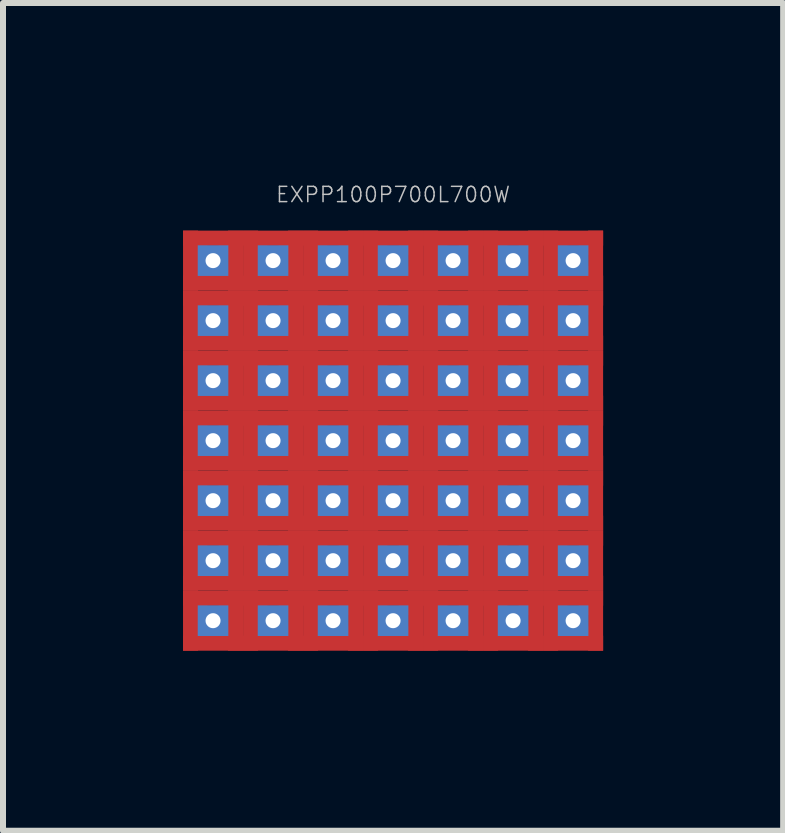
<source format=kicad_pcb>
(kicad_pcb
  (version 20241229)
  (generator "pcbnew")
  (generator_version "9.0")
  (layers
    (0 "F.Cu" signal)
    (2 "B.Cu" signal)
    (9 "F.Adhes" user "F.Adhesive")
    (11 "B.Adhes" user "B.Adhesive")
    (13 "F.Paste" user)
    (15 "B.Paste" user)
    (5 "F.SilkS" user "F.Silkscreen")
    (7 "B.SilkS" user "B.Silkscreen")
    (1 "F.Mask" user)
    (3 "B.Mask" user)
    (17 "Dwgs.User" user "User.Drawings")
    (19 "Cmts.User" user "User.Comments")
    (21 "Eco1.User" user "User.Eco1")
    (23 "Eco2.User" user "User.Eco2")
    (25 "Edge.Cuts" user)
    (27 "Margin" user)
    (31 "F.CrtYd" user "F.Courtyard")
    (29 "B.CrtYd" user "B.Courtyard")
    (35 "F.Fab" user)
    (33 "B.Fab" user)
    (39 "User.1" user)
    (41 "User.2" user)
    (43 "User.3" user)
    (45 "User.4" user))
  (footprint "EXPP100P700L700W"
    (layer "F.Cu")
    (at 3.5 4.293)
    (property "Reference" "EXPP100P700L700W" (at 0 -4.1 0) (layer "Dwgs.User") (effects (font (size 0.254 0.254) (thickness 0.025))))
    (attr smd)
    (pad "1" smd rect (at -3.375 -3) (size 0.25 1) (layers "F.Cu" "F.Mask"))
    (pad "1" smd rect (at -3.375 -2) (size 0.25 1) (layers "F.Cu" "F.Mask"))
    (pad "1" smd rect (at -3.375 -1) (size 0.25 1) (layers "F.Cu" "F.Mask"))
    (pad "1" smd rect (at -3.375 0) (size 0.25 1) (layers "F.Cu" "F.Mask"))
    (pad "1" smd rect (at -3.375 1) (size 0.25 1) (layers "F.Cu" "F.Mask"))
    (pad "1" smd rect (at -3.375 2) (size 0.25 1) (layers "F.Cu" "F.Mask"))
    (pad "1" smd rect (at -3.375 3) (size 0.25 1) (layers "F.Cu" "F.Mask"))
    (pad "1" smd rect (at -3.27 -3.27) (size 0.35 0.35) (layers "F.Cu" "F.Mask" "F.Paste"))
    (pad "1" smd rect (at -3.27 -2.73) (size 0.35 0.35) (layers "F.Cu" "F.Paste"))
    (pad "1" smd rect (at -3.27 -2.27) (size 0.35 0.35) (layers "F.Cu" "F.Mask" "F.Paste"))
    (pad "1" smd rect (at -3.27 -1.73) (size 0.35 0.35) (layers "F.Cu" "F.Paste"))
    (pad "1" smd rect (at -3.27 -1.27) (size 0.35 0.35) (layers "F.Cu" "F.Mask" "F.Paste"))
    (pad "1" smd rect (at -3.27 -0.73) (size 0.35 0.35) (layers "F.Cu" "F.Paste"))
    (pad "1" smd rect (at -3.27 -0.27) (size 0.35 0.35) (layers "F.Cu" "F.Mask" "F.Paste"))
    (pad "1" smd rect (at -3.27 0.27) (size 0.35 0.35) (layers "F.Cu" "F.Paste"))
    (pad "1" smd rect (at -3.27 0.73) (size 0.35 0.35) (layers "F.Cu" "F.Mask" "F.Paste"))
    (pad "1" smd rect (at -3.27 1.27) (size 0.35 0.35) (layers "F.Cu" "F.Paste"))
    (pad "1" smd rect (at -3.27 1.73) (size 0.35 0.35) (layers "F.Cu" "F.Mask" "F.Paste"))
    (pad "1" smd rect (at -3.27 2.27) (size 0.35 0.35) (layers "F.Cu" "F.Paste"))
    (pad "1" smd rect (at -3.27 2.73) (size 0.35 0.35) (layers "F.Cu" "F.Mask" "F.Paste"))
    (pad "1" smd rect (at -3.27 3.27) (size 0.35 0.35) (layers "F.Cu" "F.Paste"))
    (pad "1" smd rect (at -3 -3.375) (size 1 0.25) (layers "F.Cu" "F.Mask"))
    (pad "1" thru_hole rect (at -3 -3) (size 0.51 0.51) (drill 0.25) (layers "*.Cu"))
    (pad "1" smd rect (at -3 -2.625) (size 1 0.25) (layers "F.Cu" "F.Mask"))
    (pad "1" smd rect (at -3 -2.375) (size 1 0.25) (layers "F.Cu" "F.Mask"))
    (pad "1" thru_hole rect (at -3 -2) (size 0.51 0.51) (drill 0.25) (layers "*.Cu"))
    (pad "1" smd rect (at -3 -1.625) (size 1 0.25) (layers "F.Cu" "F.Mask"))
    (pad "1" smd rect (at -3 -1.375) (size 1 0.25) (layers "F.Cu" "F.Mask"))
    (pad "1" thru_hole rect (at -3 -1) (size 0.51 0.51) (drill 0.25) (layers "*.Cu"))
    (pad "1" smd rect (at -3 -0.625) (size 1 0.25) (layers "F.Cu" "F.Mask"))
    (pad "1" smd rect (at -3 -0.375) (size 1 0.25) (layers "F.Cu" "F.Mask"))
    (pad "1" thru_hole rect (at -3 0) (size 0.51 0.51) (drill 0.25) (layers "*.Cu"))
    (pad "1" smd rect (at -3 0.375) (size 1 0.25) (layers "F.Cu" "F.Mask"))
    (pad "1" smd rect (at -3 0.625) (size 1 0.25) (layers "F.Cu" "F.Mask"))
    (pad "1" thru_hole rect (at -3 1) (size 0.51 0.51) (drill 0.25) (layers "*.Cu"))
    (pad "1" smd rect (at -3 1.375) (size 1 0.25) (layers "F.Cu" "F.Mask"))
    (pad "1" smd rect (at -3 1.625) (size 1 0.25) (layers "F.Cu" "F.Mask"))
    (pad "1" thru_hole rect (at -3 2) (size 0.51 0.51) (drill 0.25) (layers "*.Cu"))
    (pad "1" smd rect (at -3 2.375) (size 1 0.25) (layers "F.Cu" "F.Mask"))
    (pad "1" smd rect (at -3 2.625) (size 1 0.25) (layers "F.Cu" "F.Mask"))
    (pad "1" thru_hole rect (at -3 3) (size 0.51 0.51) (drill 0.25) (layers "*.Cu"))
    (pad "1" smd rect (at -3 3.375) (size 1 0.25) (layers "F.Cu" "F.Mask"))
    (pad "1" smd rect (at -2.73 -3.27) (size 0.35 0.35) (layers "F.Cu" "F.Paste"))
    (pad "1" smd rect (at -2.73 -2.73) (size 0.35 0.35) (layers "F.Cu" "F.Paste"))
    (pad "1" smd rect (at -2.73 -2.27) (size 0.35 0.35) (layers "F.Cu" "F.Paste"))
    (pad "1" smd rect (at -2.73 -1.73) (size 0.35 0.35) (layers "F.Cu" "F.Paste"))
    (pad "1" smd rect (at -2.73 -1.27) (size 0.35 0.35) (layers "F.Cu" "F.Paste"))
    (pad "1" smd rect (at -2.73 -0.73) (size 0.35 0.35) (layers "F.Cu" "F.Paste"))
    (pad "1" smd rect (at -2.73 -0.27) (size 0.35 0.35) (layers "F.Cu" "F.Paste"))
    (pad "1" smd rect (at -2.73 0.27) (size 0.35 0.35) (layers "F.Cu" "F.Paste"))
    (pad "1" smd rect (at -2.73 0.73) (size 0.35 0.35) (layers "F.Cu" "F.Paste"))
    (pad "1" smd rect (at -2.73 1.27) (size 0.35 0.35) (layers "F.Cu" "F.Paste"))
    (pad "1" smd rect (at -2.73 1.73) (size 0.35 0.35) (layers "F.Cu" "F.Paste"))
    (pad "1" smd rect (at -2.73 2.27) (size 0.35 0.35) (layers "F.Cu" "F.Paste"))
    (pad "1" smd rect (at -2.73 2.73) (size 0.35 0.35) (layers "F.Cu" "F.Paste"))
    (pad "1" smd rect (at -2.73 3.27) (size 0.35 0.35) (layers "F.Cu" "F.Paste"))
    (pad "1" smd rect (at -2.625 -3) (size 0.25 1) (layers "F.Cu" "F.Mask"))
    (pad "1" smd rect (at -2.625 -2) (size 0.25 1) (layers "F.Cu" "F.Mask"))
    (pad "1" smd rect (at -2.625 -1) (size 0.25 1) (layers "F.Cu" "F.Mask"))
    (pad "1" smd rect (at -2.625 0) (size 0.25 1) (layers "F.Cu" "F.Mask"))
    (pad "1" smd rect (at -2.625 1) (size 0.25 1) (layers "F.Cu" "F.Mask"))
    (pad "1" smd rect (at -2.625 2) (size 0.25 1) (layers "F.Cu" "F.Mask"))
    (pad "1" smd rect (at -2.625 3) (size 0.25 1) (layers "F.Cu" "F.Mask"))
    (pad "1" smd rect (at -2.375 -3) (size 0.25 1) (layers "F.Cu" "F.Mask"))
    (pad "1" smd rect (at -2.375 -2) (size 0.25 1) (layers "F.Cu" "F.Mask"))
    (pad "1" smd rect (at -2.375 -1) (size 0.25 1) (layers "F.Cu" "F.Mask"))
    (pad "1" smd rect (at -2.375 0) (size 0.25 1) (layers "F.Cu" "F.Mask"))
    (pad "1" smd rect (at -2.375 1) (size 0.25 1) (layers "F.Cu" "F.Mask"))
    (pad "1" smd rect (at -2.375 2) (size 0.25 1) (layers "F.Cu" "F.Mask"))
    (pad "1" smd rect (at -2.375 3) (size 0.25 1) (layers "F.Cu" "F.Mask"))
    (pad "1" smd rect (at -2.27 -3.27) (size 0.35 0.35) (layers "F.Cu" "F.Mask" "F.Paste"))
    (pad "1" smd rect (at -2.27 -2.73) (size 0.35 0.35) (layers "F.Cu" "F.Paste"))
    (pad "1" smd rect (at -2.27 -2.27) (size 0.35 0.35) (layers "F.Cu" "F.Mask" "F.Paste"))
    (pad "1" smd rect (at -2.27 -1.73) (size 0.35 0.35) (layers "F.Cu" "F.Paste"))
    (pad "1" smd rect (at -2.27 -1.27) (size 0.35 0.35) (layers "F.Cu" "F.Mask" "F.Paste"))
    (pad "1" smd rect (at -2.27 -0.73) (size 0.35 0.35) (layers "F.Cu" "F.Paste"))
    (pad "1" smd rect (at -2.27 -0.27) (size 0.35 0.35) (layers "F.Cu" "F.Mask" "F.Paste"))
    (pad "1" smd rect (at -2.27 0.27) (size 0.35 0.35) (layers "F.Cu" "F.Paste"))
    (pad "1" smd rect (at -2.27 0.73) (size 0.35 0.35) (layers "F.Cu" "F.Mask" "F.Paste"))
    (pad "1" smd rect (at -2.27 1.27) (size 0.35 0.35) (layers "F.Cu" "F.Paste"))
    (pad "1" smd rect (at -2.27 1.73) (size 0.35 0.35) (layers "F.Cu" "F.Mask" "F.Paste"))
    (pad "1" smd rect (at -2.27 2.27) (size 0.35 0.35) (layers "F.Cu" "F.Paste"))
    (pad "1" smd rect (at -2.27 2.73) (size 0.35 0.35) (layers "F.Cu" "F.Mask" "F.Paste"))
    (pad "1" smd rect (at -2.27 3.27) (size 0.35 0.35) (layers "F.Cu" "F.Paste"))
    (pad "1" smd rect (at -2 -3.375) (size 1 0.25) (layers "F.Cu" "F.Mask"))
    (pad "1" thru_hole rect (at -2 -3) (size 0.51 0.51) (drill 0.25) (layers "*.Cu"))
    (pad "1" smd rect (at -2 -2.625) (size 1 0.25) (layers "F.Cu" "F.Mask"))
    (pad "1" smd rect (at -2 -2.375) (size 1 0.25) (layers "F.Cu" "F.Mask"))
    (pad "1" thru_hole rect (at -2 -2) (size 0.51 0.51) (drill 0.25) (layers "*.Cu"))
    (pad "1" smd rect (at -2 -1.625) (size 1 0.25) (layers "F.Cu" "F.Mask"))
    (pad "1" smd rect (at -2 -1.375) (size 1 0.25) (layers "F.Cu" "F.Mask"))
    (pad "1" thru_hole rect (at -2 -1) (size 0.51 0.51) (drill 0.25) (layers "*.Cu"))
    (pad "1" smd rect (at -2 -0.625) (size 1 0.25) (layers "F.Cu" "F.Mask"))
    (pad "1" smd rect (at -2 -0.375) (size 1 0.25) (layers "F.Cu" "F.Mask"))
    (pad "1" thru_hole rect (at -2 0) (size 0.51 0.51) (drill 0.25) (layers "*.Cu"))
    (pad "1" smd rect (at -2 0.375) (size 1 0.25) (layers "F.Cu" "F.Mask"))
    (pad "1" smd rect (at -2 0.625) (size 1 0.25) (layers "F.Cu" "F.Mask"))
    (pad "1" thru_hole rect (at -2 1) (size 0.51 0.51) (drill 0.25) (layers "*.Cu"))
    (pad "1" smd rect (at -2 1.375) (size 1 0.25) (layers "F.Cu" "F.Mask"))
    (pad "1" smd rect (at -2 1.625) (size 1 0.25) (layers "F.Cu" "F.Mask"))
    (pad "1" thru_hole rect (at -2 2) (size 0.51 0.51) (drill 0.25) (layers "*.Cu"))
    (pad "1" smd rect (at -2 2.375) (size 1 0.25) (layers "F.Cu" "F.Mask"))
    (pad "1" smd rect (at -2 2.625) (size 1 0.25) (layers "F.Cu" "F.Mask"))
    (pad "1" thru_hole rect (at -2 3) (size 0.51 0.51) (drill 0.25) (layers "*.Cu"))
    (pad "1" smd rect (at -2 3.375) (size 1 0.25) (layers "F.Cu" "F.Mask"))
    (pad "1" smd rect (at -1.73 -3.27) (size 0.35 0.35) (layers "F.Cu" "F.Paste"))
    (pad "1" smd rect (at -1.73 -2.73) (size 0.35 0.35) (layers "F.Cu" "F.Paste"))
    (pad "1" smd rect (at -1.73 -2.27) (size 0.35 0.35) (layers "F.Cu" "F.Paste"))
    (pad "1" smd rect (at -1.73 -1.73) (size 0.35 0.35) (layers "F.Cu" "F.Paste"))
    (pad "1" smd rect (at -1.73 -1.27) (size 0.35 0.35) (layers "F.Cu" "F.Paste"))
    (pad "1" smd rect (at -1.73 -0.73) (size 0.35 0.35) (layers "F.Cu" "F.Paste"))
    (pad "1" smd rect (at -1.73 -0.27) (size 0.35 0.35) (layers "F.Cu" "F.Paste"))
    (pad "1" smd rect (at -1.73 0.27) (size 0.35 0.35) (layers "F.Cu" "F.Paste"))
    (pad "1" smd rect (at -1.73 0.73) (size 0.35 0.35) (layers "F.Cu" "F.Paste"))
    (pad "1" smd rect (at -1.73 1.27) (size 0.35 0.35) (layers "F.Cu" "F.Paste"))
    (pad "1" smd rect (at -1.73 1.73) (size 0.35 0.35) (layers "F.Cu" "F.Paste"))
    (pad "1" smd rect (at -1.73 2.27) (size 0.35 0.35) (layers "F.Cu" "F.Paste"))
    (pad "1" smd rect (at -1.73 2.73) (size 0.35 0.35) (layers "F.Cu" "F.Paste"))
    (pad "1" smd rect (at -1.73 3.27) (size 0.35 0.35) (layers "F.Cu" "F.Paste"))
    (pad "1" smd rect (at -1.625 -3) (size 0.25 1) (layers "F.Cu" "F.Mask"))
    (pad "1" smd rect (at -1.625 -2) (size 0.25 1) (layers "F.Cu" "F.Mask"))
    (pad "1" smd rect (at -1.625 -1) (size 0.25 1) (layers "F.Cu" "F.Mask"))
    (pad "1" smd rect (at -1.625 0) (size 0.25 1) (layers "F.Cu" "F.Mask"))
    (pad "1" smd rect (at -1.625 1) (size 0.25 1) (layers "F.Cu" "F.Mask"))
    (pad "1" smd rect (at -1.625 2) (size 0.25 1) (layers "F.Cu" "F.Mask"))
    (pad "1" smd rect (at -1.625 3) (size 0.25 1) (layers "F.Cu" "F.Mask"))
    (pad "1" smd rect (at -1.375 -3) (size 0.25 1) (layers "F.Cu" "F.Mask"))
    (pad "1" smd rect (at -1.375 -2) (size 0.25 1) (layers "F.Cu" "F.Mask"))
    (pad "1" smd rect (at -1.375 -1) (size 0.25 1) (layers "F.Cu" "F.Mask"))
    (pad "1" smd rect (at -1.375 0) (size 0.25 1) (layers "F.Cu" "F.Mask"))
    (pad "1" smd rect (at -1.375 1) (size 0.25 1) (layers "F.Cu" "F.Mask"))
    (pad "1" smd rect (at -1.375 2) (size 0.25 1) (layers "F.Cu" "F.Mask"))
    (pad "1" smd rect (at -1.375 3) (size 0.25 1) (layers "F.Cu" "F.Mask"))
    (pad "1" smd rect (at -1.27 -3.27) (size 0.35 0.35) (layers "F.Cu" "F.Mask" "F.Paste"))
    (pad "1" smd rect (at -1.27 -2.73) (size 0.35 0.35) (layers "F.Cu" "F.Paste"))
    (pad "1" smd rect (at -1.27 -2.27) (size 0.35 0.35) (layers "F.Cu" "F.Mask" "F.Paste"))
    (pad "1" smd rect (at -1.27 -1.73) (size 0.35 0.35) (layers "F.Cu" "F.Paste"))
    (pad "1" smd rect (at -1.27 -1.27) (size 0.35 0.35) (layers "F.Cu" "F.Mask" "F.Paste"))
    (pad "1" smd rect (at -1.27 -0.73) (size 0.35 0.35) (layers "F.Cu" "F.Paste"))
    (pad "1" smd rect (at -1.27 -0.27) (size 0.35 0.35) (layers "F.Cu" "F.Mask" "F.Paste"))
    (pad "1" smd rect (at -1.27 0.27) (size 0.35 0.35) (layers "F.Cu" "F.Paste"))
    (pad "1" smd rect (at -1.27 0.73) (size 0.35 0.35) (layers "F.Cu" "F.Mask" "F.Paste"))
    (pad "1" smd rect (at -1.27 1.27) (size 0.35 0.35) (layers "F.Cu" "F.Paste"))
    (pad "1" smd rect (at -1.27 1.73) (size 0.35 0.35) (layers "F.Cu" "F.Mask" "F.Paste"))
    (pad "1" smd rect (at -1.27 2.27) (size 0.35 0.35) (layers "F.Cu" "F.Paste"))
    (pad "1" smd rect (at -1.27 2.73) (size 0.35 0.35) (layers "F.Cu" "F.Mask" "F.Paste"))
    (pad "1" smd rect (at -1.27 3.27) (size 0.35 0.35) (layers "F.Cu" "F.Paste"))
    (pad "1" smd rect (at -1 -3.375) (size 1 0.25) (layers "F.Cu" "F.Mask"))
    (pad "1" thru_hole rect (at -1 -3) (size 0.51 0.51) (drill 0.25) (layers "*.Cu"))
    (pad "1" smd rect (at -1 -2.625) (size 1 0.25) (layers "F.Cu" "F.Mask"))
    (pad "1" smd rect (at -1 -2.375) (size 1 0.25) (layers "F.Cu" "F.Mask"))
    (pad "1" thru_hole rect (at -1 -2) (size 0.51 0.51) (drill 0.25) (layers "*.Cu"))
    (pad "1" smd rect (at -1 -1.625) (size 1 0.25) (layers "F.Cu" "F.Mask"))
    (pad "1" smd rect (at -1 -1.375) (size 1 0.25) (layers "F.Cu" "F.Mask"))
    (pad "1" thru_hole rect (at -1 -1) (size 0.51 0.51) (drill 0.25) (layers "*.Cu"))
    (pad "1" smd rect (at -1 -0.625) (size 1 0.25) (layers "F.Cu" "F.Mask"))
    (pad "1" smd rect (at -1 -0.375) (size 1 0.25) (layers "F.Cu" "F.Mask"))
    (pad "1" thru_hole rect (at -1 0) (size 0.51 0.51) (drill 0.25) (layers "*.Cu"))
    (pad "1" smd rect (at -1 0.375) (size 1 0.25) (layers "F.Cu" "F.Mask"))
    (pad "1" smd rect (at -1 0.625) (size 1 0.25) (layers "F.Cu" "F.Mask"))
    (pad "1" thru_hole rect (at -1 1) (size 0.51 0.51) (drill 0.25) (layers "*.Cu"))
    (pad "1" smd rect (at -1 1.375) (size 1 0.25) (layers "F.Cu" "F.Mask"))
    (pad "1" smd rect (at -1 1.625) (size 1 0.25) (layers "F.Cu" "F.Mask"))
    (pad "1" thru_hole rect (at -1 2) (size 0.51 0.51) (drill 0.25) (layers "*.Cu"))
    (pad "1" smd rect (at -1 2.375) (size 1 0.25) (layers "F.Cu" "F.Mask"))
    (pad "1" smd rect (at -1 2.625) (size 1 0.25) (layers "F.Cu" "F.Mask"))
    (pad "1" thru_hole rect (at -1 3) (size 0.51 0.51) (drill 0.25) (layers "*.Cu"))
    (pad "1" smd rect (at -1 3.375) (size 1 0.25) (layers "F.Cu" "F.Mask"))
    (pad "1" smd rect (at -0.73 -3.27) (size 0.35 0.35) (layers "F.Cu" "F.Paste"))
    (pad "1" smd rect (at -0.73 -2.73) (size 0.35 0.35) (layers "F.Cu" "F.Paste"))
    (pad "1" smd rect (at -0.73 -2.27) (size 0.35 0.35) (layers "F.Cu" "F.Paste"))
    (pad "1" smd rect (at -0.73 -1.73) (size 0.35 0.35) (layers "F.Cu" "F.Paste"))
    (pad "1" smd rect (at -0.73 -1.27) (size 0.35 0.35) (layers "F.Cu" "F.Paste"))
    (pad "1" smd rect (at -0.73 -0.73) (size 0.35 0.35) (layers "F.Cu" "F.Paste"))
    (pad "1" smd rect (at -0.73 -0.27) (size 0.35 0.35) (layers "F.Cu" "F.Paste"))
    (pad "1" smd rect (at -0.73 0.27) (size 0.35 0.35) (layers "F.Cu" "F.Paste"))
    (pad "1" smd rect (at -0.73 0.73) (size 0.35 0.35) (layers "F.Cu" "F.Paste"))
    (pad "1" smd rect (at -0.73 1.27) (size 0.35 0.35) (layers "F.Cu" "F.Paste"))
    (pad "1" smd rect (at -0.73 1.73) (size 0.35 0.35) (layers "F.Cu" "F.Paste"))
    (pad "1" smd rect (at -0.73 2.27) (size 0.35 0.35) (layers "F.Cu" "F.Paste"))
    (pad "1" smd rect (at -0.73 2.73) (size 0.35 0.35) (layers "F.Cu" "F.Paste"))
    (pad "1" smd rect (at -0.73 3.27) (size 0.35 0.35) (layers "F.Cu" "F.Paste"))
    (pad "1" smd rect (at -0.625 -3) (size 0.25 1) (layers "F.Cu" "F.Mask"))
    (pad "1" smd rect (at -0.625 -2) (size 0.25 1) (layers "F.Cu" "F.Mask"))
    (pad "1" smd rect (at -0.625 -1) (size 0.25 1) (layers "F.Cu" "F.Mask"))
    (pad "1" smd rect (at -0.625 0) (size 0.25 1) (layers "F.Cu" "F.Mask"))
    (pad "1" smd rect (at -0.625 1) (size 0.25 1) (layers "F.Cu" "F.Mask"))
    (pad "1" smd rect (at -0.625 2) (size 0.25 1) (layers "F.Cu" "F.Mask"))
    (pad "1" smd rect (at -0.625 3) (size 0.25 1) (layers "F.Cu" "F.Mask"))
    (pad "1" smd rect (at -0.375 -3) (size 0.25 1) (layers "F.Cu" "F.Mask"))
    (pad "1" smd rect (at -0.375 -2) (size 0.25 1) (layers "F.Cu" "F.Mask"))
    (pad "1" smd rect (at -0.375 -1) (size 0.25 1) (layers "F.Cu" "F.Mask"))
    (pad "1" smd rect (at -0.375 0) (size 0.25 1) (layers "F.Cu" "F.Mask"))
    (pad "1" smd rect (at -0.375 1) (size 0.25 1) (layers "F.Cu" "F.Mask"))
    (pad "1" smd rect (at -0.375 2) (size 0.25 1) (layers "F.Cu" "F.Mask"))
    (pad "1" smd rect (at -0.375 3) (size 0.25 1) (layers "F.Cu" "F.Mask"))
    (pad "1" smd rect (at -0.27 -3.27) (size 0.35 0.35) (layers "F.Cu" "F.Mask" "F.Paste"))
    (pad "1" smd rect (at -0.27 -2.73) (size 0.35 0.35) (layers "F.Cu" "F.Paste"))
    (pad "1" smd rect (at -0.27 -2.27) (size 0.35 0.35) (layers "F.Cu" "F.Mask" "F.Paste"))
    (pad "1" smd rect (at -0.27 -1.73) (size 0.35 0.35) (layers "F.Cu" "F.Paste"))
    (pad "1" smd rect (at -0.27 -1.27) (size 0.35 0.35) (layers "F.Cu" "F.Mask" "F.Paste"))
    (pad "1" smd rect (at -0.27 -0.73) (size 0.35 0.35) (layers "F.Cu" "F.Paste"))
    (pad "1" smd rect (at -0.27 -0.27) (size 0.35 0.35) (layers "F.Cu" "F.Mask" "F.Paste"))
    (pad "1" smd rect (at -0.27 0.27) (size 0.35 0.35) (layers "F.Cu" "F.Paste"))
    (pad "1" smd rect (at -0.27 0.73) (size 0.35 0.35) (layers "F.Cu" "F.Mask" "F.Paste"))
    (pad "1" smd rect (at -0.27 1.27) (size 0.35 0.35) (layers "F.Cu" "F.Paste"))
    (pad "1" smd rect (at -0.27 1.73) (size 0.35 0.35) (layers "F.Cu" "F.Mask" "F.Paste"))
    (pad "1" smd rect (at -0.27 2.27) (size 0.35 0.35) (layers "F.Cu" "F.Paste"))
    (pad "1" smd rect (at -0.27 2.73) (size 0.35 0.35) (layers "F.Cu" "F.Mask" "F.Paste"))
    (pad "1" smd rect (at -0.27 3.27) (size 0.35 0.35) (layers "F.Cu" "F.Paste"))
    (pad "1" smd rect (at 0 -3.375) (size 1 0.25) (layers "F.Cu" "F.Mask"))
    (pad "1" thru_hole rect (at 0 -3) (size 0.51 0.51) (drill 0.25) (layers "*.Cu"))
    (pad "1" smd rect (at 0 -2.625) (size 1 0.25) (layers "F.Cu" "F.Mask"))
    (pad "1" smd rect (at 0 -2.375) (size 1 0.25) (layers "F.Cu" "F.Mask"))
    (pad "1" thru_hole rect (at 0 -2) (size 0.51 0.51) (drill 0.25) (layers "*.Cu"))
    (pad "1" smd rect (at 0 -1.625) (size 1 0.25) (layers "F.Cu" "F.Mask"))
    (pad "1" smd rect (at 0 -1.375) (size 1 0.25) (layers "F.Cu" "F.Mask"))
    (pad "1" thru_hole rect (at 0 -1) (size 0.51 0.51) (drill 0.25) (layers "*.Cu"))
    (pad "1" smd rect (at 0 -0.625) (size 1 0.25) (layers "F.Cu" "F.Mask"))
    (pad "1" smd rect (at 0 -0.375) (size 1 0.25) (layers "F.Cu" "F.Mask"))
    (pad "1" thru_hole rect (at 0 0) (size 0.51 0.51) (drill 0.25) (layers "*.Cu"))
    (pad "1" smd rect (at 0 0.375) (size 1 0.25) (layers "F.Cu" "F.Mask"))
    (pad "1" smd rect (at 0 0.625) (size 1 0.25) (layers "F.Cu" "F.Mask"))
    (pad "1" thru_hole rect (at 0 1) (size 0.51 0.51) (drill 0.25) (layers "*.Cu"))
    (pad "1" smd rect (at 0 1.375) (size 1 0.25) (layers "F.Cu" "F.Mask"))
    (pad "1" smd rect (at 0 1.625) (size 1 0.25) (layers "F.Cu" "F.Mask"))
    (pad "1" thru_hole rect (at 0 2) (size 0.51 0.51) (drill 0.25) (layers "*.Cu"))
    (pad "1" smd rect (at 0 2.375) (size 1 0.25) (layers "F.Cu" "F.Mask"))
    (pad "1" smd rect (at 0 2.625) (size 1 0.25) (layers "F.Cu" "F.Mask"))
    (pad "1" thru_hole rect (at 0 3) (size 0.51 0.51) (drill 0.25) (layers "*.Cu"))
    (pad "1" smd rect (at 0 3.375) (size 1 0.25) (layers "F.Cu" "F.Mask"))
    (pad "1" smd rect (at 0.27 -3.27) (size 0.35 0.35) (layers "F.Cu" "F.Paste"))
    (pad "1" smd rect (at 0.27 -2.73) (size 0.35 0.35) (layers "F.Cu" "F.Paste"))
    (pad "1" smd rect (at 0.27 -2.27) (size 0.35 0.35) (layers "F.Cu" "F.Paste"))
    (pad "1" smd rect (at 0.27 -1.73) (size 0.35 0.35) (layers "F.Cu" "F.Paste"))
    (pad "1" smd rect (at 0.27 -1.27) (size 0.35 0.35) (layers "F.Cu" "F.Paste"))
    (pad "1" smd rect (at 0.27 -0.73) (size 0.35 0.35) (layers "F.Cu" "F.Paste"))
    (pad "1" smd rect (at 0.27 -0.27) (size 0.35 0.35) (layers "F.Cu" "F.Paste"))
    (pad "1" smd rect (at 0.27 0.27) (size 0.35 0.35) (layers "F.Cu" "F.Paste"))
    (pad "1" smd rect (at 0.27 0.73) (size 0.35 0.35) (layers "F.Cu" "F.Paste"))
    (pad "1" smd rect (at 0.27 1.27) (size 0.35 0.35) (layers "F.Cu" "F.Paste"))
    (pad "1" smd rect (at 0.27 1.73) (size 0.35 0.35) (layers "F.Cu" "F.Paste"))
    (pad "1" smd rect (at 0.27 2.27) (size 0.35 0.35) (layers "F.Cu" "F.Paste"))
    (pad "1" smd rect (at 0.27 2.73) (size 0.35 0.35) (layers "F.Cu" "F.Paste"))
    (pad "1" smd rect (at 0.27 3.27) (size 0.35 0.35) (layers "F.Cu" "F.Paste"))
    (pad "1" smd rect (at 0.375 -3) (size 0.25 1) (layers "F.Cu" "F.Mask"))
    (pad "1" smd rect (at 0.375 -2) (size 0.25 1) (layers "F.Cu" "F.Mask"))
    (pad "1" smd rect (at 0.375 -1) (size 0.25 1) (layers "F.Cu" "F.Mask"))
    (pad "1" smd rect (at 0.375 0) (size 0.25 1) (layers "F.Cu" "F.Mask"))
    (pad "1" smd rect (at 0.375 1) (size 0.25 1) (layers "F.Cu" "F.Mask"))
    (pad "1" smd rect (at 0.375 2) (size 0.25 1) (layers "F.Cu" "F.Mask"))
    (pad "1" smd rect (at 0.375 3) (size 0.25 1) (layers "F.Cu" "F.Mask"))
    (pad "1" smd rect (at 0.625 -3) (size 0.25 1) (layers "F.Cu" "F.Mask"))
    (pad "1" smd rect (at 0.625 -2) (size 0.25 1) (layers "F.Cu" "F.Mask"))
    (pad "1" smd rect (at 0.625 -1) (size 0.25 1) (layers "F.Cu" "F.Mask"))
    (pad "1" smd rect (at 0.625 0) (size 0.25 1) (layers "F.Cu" "F.Mask"))
    (pad "1" smd rect (at 0.625 1) (size 0.25 1) (layers "F.Cu" "F.Mask"))
    (pad "1" smd rect (at 0.625 2) (size 0.25 1) (layers "F.Cu" "F.Mask"))
    (pad "1" smd rect (at 0.625 3) (size 0.25 1) (layers "F.Cu" "F.Mask"))
    (pad "1" smd rect (at 0.73 -3.27) (size 0.35 0.35) (layers "F.Cu" "F.Mask" "F.Paste"))
    (pad "1" smd rect (at 0.73 -2.73) (size 0.35 0.35) (layers "F.Cu" "F.Paste"))
    (pad "1" smd rect (at 0.73 -2.27) (size 0.35 0.35) (layers "F.Cu" "F.Mask" "F.Paste"))
    (pad "1" smd rect (at 0.73 -1.73) (size 0.35 0.35) (layers "F.Cu" "F.Paste"))
    (pad "1" smd rect (at 0.73 -1.27) (size 0.35 0.35) (layers "F.Cu" "F.Mask" "F.Paste"))
    (pad "1" smd rect (at 0.73 -0.73) (size 0.35 0.35) (layers "F.Cu" "F.Paste"))
    (pad "1" smd rect (at 0.73 -0.27) (size 0.35 0.35) (layers "F.Cu" "F.Mask" "F.Paste"))
    (pad "1" smd rect (at 0.73 0.27) (size 0.35 0.35) (layers "F.Cu" "F.Paste"))
    (pad "1" smd rect (at 0.73 0.73) (size 0.35 0.35) (layers "F.Cu" "F.Mask" "F.Paste"))
    (pad "1" smd rect (at 0.73 1.27) (size 0.35 0.35) (layers "F.Cu" "F.Paste"))
    (pad "1" smd rect (at 0.73 1.73) (size 0.35 0.35) (layers "F.Cu" "F.Mask" "F.Paste"))
    (pad "1" smd rect (at 0.73 2.27) (size 0.35 0.35) (layers "F.Cu" "F.Paste"))
    (pad "1" smd rect (at 0.73 2.73) (size 0.35 0.35) (layers "F.Cu" "F.Mask" "F.Paste"))
    (pad "1" smd rect (at 0.73 3.27) (size 0.35 0.35) (layers "F.Cu" "F.Paste"))
    (pad "1" smd rect (at 1 -3.375) (size 1 0.25) (layers "F.Cu" "F.Mask"))
    (pad "1" thru_hole rect (at 1 -3) (size 0.51 0.51) (drill 0.25) (layers "*.Cu"))
    (pad "1" smd rect (at 1 -2.625) (size 1 0.25) (layers "F.Cu" "F.Mask"))
    (pad "1" smd rect (at 1 -2.375) (size 1 0.25) (layers "F.Cu" "F.Mask"))
    (pad "1" thru_hole rect (at 1 -2) (size 0.51 0.51) (drill 0.25) (layers "*.Cu"))
    (pad "1" smd rect (at 1 -1.625) (size 1 0.25) (layers "F.Cu" "F.Mask"))
    (pad "1" smd rect (at 1 -1.375) (size 1 0.25) (layers "F.Cu" "F.Mask"))
    (pad "1" thru_hole rect (at 1 -1) (size 0.51 0.51) (drill 0.25) (layers "*.Cu"))
    (pad "1" smd rect (at 1 -0.625) (size 1 0.25) (layers "F.Cu" "F.Mask"))
    (pad "1" smd rect (at 1 -0.375) (size 1 0.25) (layers "F.Cu" "F.Mask"))
    (pad "1" thru_hole rect (at 1 0) (size 0.51 0.51) (drill 0.25) (layers "*.Cu"))
    (pad "1" smd rect (at 1 0.375) (size 1 0.25) (layers "F.Cu" "F.Mask"))
    (pad "1" smd rect (at 1 0.625) (size 1 0.25) (layers "F.Cu" "F.Mask"))
    (pad "1" thru_hole rect (at 1 1) (size 0.51 0.51) (drill 0.25) (layers "*.Cu"))
    (pad "1" smd rect (at 1 1.375) (size 1 0.25) (layers "F.Cu" "F.Mask"))
    (pad "1" smd rect (at 1 1.625) (size 1 0.25) (layers "F.Cu" "F.Mask"))
    (pad "1" thru_hole rect (at 1 2) (size 0.51 0.51) (drill 0.25) (layers "*.Cu"))
    (pad "1" smd rect (at 1 2.375) (size 1 0.25) (layers "F.Cu" "F.Mask"))
    (pad "1" smd rect (at 1 2.625) (size 1 0.25) (layers "F.Cu" "F.Mask"))
    (pad "1" thru_hole rect (at 1 3) (size 0.51 0.51) (drill 0.25) (layers "*.Cu"))
    (pad "1" smd rect (at 1 3.375) (size 1 0.25) (layers "F.Cu" "F.Mask"))
    (pad "1" smd rect (at 1.27 -3.27) (size 0.35 0.35) (layers "F.Cu" "F.Paste"))
    (pad "1" smd rect (at 1.27 -2.73) (size 0.35 0.35) (layers "F.Cu" "F.Paste"))
    (pad "1" smd rect (at 1.27 -2.27) (size 0.35 0.35) (layers "F.Cu" "F.Paste"))
    (pad "1" smd rect (at 1.27 -1.73) (size 0.35 0.35) (layers "F.Cu" "F.Paste"))
    (pad "1" smd rect (at 1.27 -1.27) (size 0.35 0.35) (layers "F.Cu" "F.Paste"))
    (pad "1" smd rect (at 1.27 -0.73) (size 0.35 0.35) (layers "F.Cu" "F.Paste"))
    (pad "1" smd rect (at 1.27 -0.27) (size 0.35 0.35) (layers "F.Cu" "F.Paste"))
    (pad "1" smd rect (at 1.27 0.27) (size 0.35 0.35) (layers "F.Cu" "F.Paste"))
    (pad "1" smd rect (at 1.27 0.73) (size 0.35 0.35) (layers "F.Cu" "F.Paste"))
    (pad "1" smd rect (at 1.27 1.27) (size 0.35 0.35) (layers "F.Cu" "F.Paste"))
    (pad "1" smd rect (at 1.27 1.73) (size 0.35 0.35) (layers "F.Cu" "F.Paste"))
    (pad "1" smd rect (at 1.27 2.27) (size 0.35 0.35) (layers "F.Cu" "F.Paste"))
    (pad "1" smd rect (at 1.27 2.73) (size 0.35 0.35) (layers "F.Cu" "F.Paste"))
    (pad "1" smd rect (at 1.27 3.27) (size 0.35 0.35) (layers "F.Cu" "F.Paste"))
    (pad "1" smd rect (at 1.375 -3) (size 0.25 1) (layers "F.Cu" "F.Mask"))
    (pad "1" smd rect (at 1.375 -2) (size 0.25 1) (layers "F.Cu" "F.Mask"))
    (pad "1" smd rect (at 1.375 -1) (size 0.25 1) (layers "F.Cu" "F.Mask"))
    (pad "1" smd rect (at 1.375 0) (size 0.25 1) (layers "F.Cu" "F.Mask"))
    (pad "1" smd rect (at 1.375 1) (size 0.25 1) (layers "F.Cu" "F.Mask"))
    (pad "1" smd rect (at 1.375 2) (size 0.25 1) (layers "F.Cu" "F.Mask"))
    (pad "1" smd rect (at 1.375 3) (size 0.25 1) (layers "F.Cu" "F.Mask"))
    (pad "1" smd rect (at 1.625 -3) (size 0.25 1) (layers "F.Cu" "F.Mask"))
    (pad "1" smd rect (at 1.625 -2) (size 0.25 1) (layers "F.Cu" "F.Mask"))
    (pad "1" smd rect (at 1.625 -1) (size 0.25 1) (layers "F.Cu" "F.Mask"))
    (pad "1" smd rect (at 1.625 0) (size 0.25 1) (layers "F.Cu" "F.Mask"))
    (pad "1" smd rect (at 1.625 1) (size 0.25 1) (layers "F.Cu" "F.Mask"))
    (pad "1" smd rect (at 1.625 2) (size 0.25 1) (layers "F.Cu" "F.Mask"))
    (pad "1" smd rect (at 1.625 3) (size 0.25 1) (layers "F.Cu" "F.Mask"))
    (pad "1" smd rect (at 1.73 -3.27) (size 0.35 0.35) (layers "F.Cu" "F.Mask" "F.Paste"))
    (pad "1" smd rect (at 1.73 -2.73) (size 0.35 0.35) (layers "F.Cu" "F.Paste"))
    (pad "1" smd rect (at 1.73 -2.27) (size 0.35 0.35) (layers "F.Cu" "F.Mask" "F.Paste"))
    (pad "1" smd rect (at 1.73 -1.73) (size 0.35 0.35) (layers "F.Cu" "F.Paste"))
    (pad "1" smd rect (at 1.73 -1.27) (size 0.35 0.35) (layers "F.Cu" "F.Mask" "F.Paste"))
    (pad "1" smd rect (at 1.73 -0.73) (size 0.35 0.35) (layers "F.Cu" "F.Paste"))
    (pad "1" smd rect (at 1.73 -0.27) (size 0.35 0.35) (layers "F.Cu" "F.Mask" "F.Paste"))
    (pad "1" smd rect (at 1.73 0.27) (size 0.35 0.35) (layers "F.Cu" "F.Paste"))
    (pad "1" smd rect (at 1.73 0.73) (size 0.35 0.35) (layers "F.Cu" "F.Mask" "F.Paste"))
    (pad "1" smd rect (at 1.73 1.27) (size 0.35 0.35) (layers "F.Cu" "F.Paste"))
    (pad "1" smd rect (at 1.73 1.73) (size 0.35 0.35) (layers "F.Cu" "F.Mask" "F.Paste"))
    (pad "1" smd rect (at 1.73 2.27) (size 0.35 0.35) (layers "F.Cu" "F.Paste"))
    (pad "1" smd rect (at 1.73 2.73) (size 0.35 0.35) (layers "F.Cu" "F.Mask" "F.Paste"))
    (pad "1" smd rect (at 1.73 3.27) (size 0.35 0.35) (layers "F.Cu" "F.Paste"))
    (pad "1" smd rect (at 2 -3.375) (size 1 0.25) (layers "F.Cu" "F.Mask"))
    (pad "1" thru_hole rect (at 2 -3) (size 0.51 0.51) (drill 0.25) (layers "*.Cu"))
    (pad "1" smd rect (at 2 -2.625) (size 1 0.25) (layers "F.Cu" "F.Mask"))
    (pad "1" smd rect (at 2 -2.375) (size 1 0.25) (layers "F.Cu" "F.Mask"))
    (pad "1" thru_hole rect (at 2 -2) (size 0.51 0.51) (drill 0.25) (layers "*.Cu"))
    (pad "1" smd rect (at 2 -1.625) (size 1 0.25) (layers "F.Cu" "F.Mask"))
    (pad "1" smd rect (at 2 -1.375) (size 1 0.25) (layers "F.Cu" "F.Mask"))
    (pad "1" thru_hole rect (at 2 -1) (size 0.51 0.51) (drill 0.25) (layers "*.Cu"))
    (pad "1" smd rect (at 2 -0.625) (size 1 0.25) (layers "F.Cu" "F.Mask"))
    (pad "1" smd rect (at 2 -0.375) (size 1 0.25) (layers "F.Cu" "F.Mask"))
    (pad "1" thru_hole rect (at 2 0) (size 0.51 0.51) (drill 0.25) (layers "*.Cu"))
    (pad "1" smd rect (at 2 0.375) (size 1 0.25) (layers "F.Cu" "F.Mask"))
    (pad "1" smd rect (at 2 0.625) (size 1 0.25) (layers "F.Cu" "F.Mask"))
    (pad "1" thru_hole rect (at 2 1) (size 0.51 0.51) (drill 0.25) (layers "*.Cu"))
    (pad "1" smd rect (at 2 1.375) (size 1 0.25) (layers "F.Cu" "F.Mask"))
    (pad "1" smd rect (at 2 1.625) (size 1 0.25) (layers "F.Cu" "F.Mask"))
    (pad "1" thru_hole rect (at 2 2) (size 0.51 0.51) (drill 0.25) (layers "*.Cu"))
    (pad "1" smd rect (at 2 2.375) (size 1 0.25) (layers "F.Cu" "F.Mask"))
    (pad "1" smd rect (at 2 2.625) (size 1 0.25) (layers "F.Cu" "F.Mask"))
    (pad "1" thru_hole rect (at 2 3) (size 0.51 0.51) (drill 0.25) (layers "*.Cu"))
    (pad "1" smd rect (at 2 3.375) (size 1 0.25) (layers "F.Cu" "F.Mask"))
    (pad "1" smd rect (at 2.27 -3.27) (size 0.35 0.35) (layers "F.Cu" "F.Paste"))
    (pad "1" smd rect (at 2.27 -2.73) (size 0.35 0.35) (layers "F.Cu" "F.Paste"))
    (pad "1" smd rect (at 2.27 -2.27) (size 0.35 0.35) (layers "F.Cu" "F.Paste"))
    (pad "1" smd rect (at 2.27 -1.73) (size 0.35 0.35) (layers "F.Cu" "F.Paste"))
    (pad "1" smd rect (at 2.27 -1.27) (size 0.35 0.35) (layers "F.Cu" "F.Paste"))
    (pad "1" smd rect (at 2.27 -0.73) (size 0.35 0.35) (layers "F.Cu" "F.Paste"))
    (pad "1" smd rect (at 2.27 -0.27) (size 0.35 0.35) (layers "F.Cu" "F.Paste"))
    (pad "1" smd rect (at 2.27 0.27) (size 0.35 0.35) (layers "F.Cu" "F.Paste"))
    (pad "1" smd rect (at 2.27 0.73) (size 0.35 0.35) (layers "F.Cu" "F.Paste"))
    (pad "1" smd rect (at 2.27 1.27) (size 0.35 0.35) (layers "F.Cu" "F.Paste"))
    (pad "1" smd rect (at 2.27 1.73) (size 0.35 0.35) (layers "F.Cu" "F.Paste"))
    (pad "1" smd rect (at 2.27 2.27) (size 0.35 0.35) (layers "F.Cu" "F.Paste"))
    (pad "1" smd rect (at 2.27 2.73) (size 0.35 0.35) (layers "F.Cu" "F.Paste"))
    (pad "1" smd rect (at 2.27 3.27) (size 0.35 0.35) (layers "F.Cu" "F.Paste"))
    (pad "1" smd rect (at 2.375 -3) (size 0.25 1) (layers "F.Cu" "F.Mask"))
    (pad "1" smd rect (at 2.375 -2) (size 0.25 1) (layers "F.Cu" "F.Mask"))
    (pad "1" smd rect (at 2.375 -1) (size 0.25 1) (layers "F.Cu" "F.Mask"))
    (pad "1" smd rect (at 2.375 0) (size 0.25 1) (layers "F.Cu" "F.Mask"))
    (pad "1" smd rect (at 2.375 1) (size 0.25 1) (layers "F.Cu" "F.Mask"))
    (pad "1" smd rect (at 2.375 2) (size 0.25 1) (layers "F.Cu" "F.Mask"))
    (pad "1" smd rect (at 2.375 3) (size 0.25 1) (layers "F.Cu" "F.Mask"))
    (pad "1" smd rect (at 2.625 -3) (size 0.25 1) (layers "F.Cu" "F.Mask"))
    (pad "1" smd rect (at 2.625 -2) (size 0.25 1) (layers "F.Cu" "F.Mask"))
    (pad "1" smd rect (at 2.625 -1) (size 0.25 1) (layers "F.Cu" "F.Mask"))
    (pad "1" smd rect (at 2.625 0) (size 0.25 1) (layers "F.Cu" "F.Mask"))
    (pad "1" smd rect (at 2.625 1) (size 0.25 1) (layers "F.Cu" "F.Mask"))
    (pad "1" smd rect (at 2.625 2) (size 0.25 1) (layers "F.Cu" "F.Mask"))
    (pad "1" smd rect (at 2.625 3) (size 0.25 1) (layers "F.Cu" "F.Mask"))
    (pad "1" smd rect (at 2.73 -3.27) (size 0.35 0.35) (layers "F.Cu" "F.Mask" "F.Paste"))
    (pad "1" smd rect (at 2.73 -2.73) (size 0.35 0.35) (layers "F.Cu" "F.Paste"))
    (pad "1" smd rect (at 2.73 -2.27) (size 0.35 0.35) (layers "F.Cu" "F.Mask" "F.Paste"))
    (pad "1" smd rect (at 2.73 -1.73) (size 0.35 0.35) (layers "F.Cu" "F.Paste"))
    (pad "1" smd rect (at 2.73 -1.27) (size 0.35 0.35) (layers "F.Cu" "F.Mask" "F.Paste"))
    (pad "1" smd rect (at 2.73 -0.73) (size 0.35 0.35) (layers "F.Cu" "F.Paste"))
    (pad "1" smd rect (at 2.73 -0.27) (size 0.35 0.35) (layers "F.Cu" "F.Mask" "F.Paste"))
    (pad "1" smd rect (at 2.73 0.27) (size 0.35 0.35) (layers "F.Cu" "F.Paste"))
    (pad "1" smd rect (at 2.73 0.73) (size 0.35 0.35) (layers "F.Cu" "F.Mask" "F.Paste"))
    (pad "1" smd rect (at 2.73 1.27) (size 0.35 0.35) (layers "F.Cu" "F.Paste"))
    (pad "1" smd rect (at 2.73 1.73) (size 0.35 0.35) (layers "F.Cu" "F.Mask" "F.Paste"))
    (pad "1" smd rect (at 2.73 2.27) (size 0.35 0.35) (layers "F.Cu" "F.Paste"))
    (pad "1" smd rect (at 2.73 2.73) (size 0.35 0.35) (layers "F.Cu" "F.Mask" "F.Paste"))
    (pad "1" smd rect (at 2.73 3.27) (size 0.35 0.35) (layers "F.Cu" "F.Paste"))
    (pad "1" smd rect (at 3 -3.375) (size 1 0.25) (layers "F.Cu" "F.Mask"))
    (pad "1" thru_hole rect (at 3 -3) (size 0.51 0.51) (drill 0.25) (layers "*.Cu"))
    (pad "1" smd rect (at 3 -2.625) (size 1 0.25) (layers "F.Cu" "F.Mask"))
    (pad "1" smd rect (at 3 -2.375) (size 1 0.25) (layers "F.Cu" "F.Mask"))
    (pad "1" thru_hole rect (at 3 -2) (size 0.51 0.51) (drill 0.25) (layers "*.Cu"))
    (pad "1" smd rect (at 3 -1.625) (size 1 0.25) (layers "F.Cu" "F.Mask"))
    (pad "1" smd rect (at 3 -1.375) (size 1 0.25) (layers "F.Cu" "F.Mask"))
    (pad "1" thru_hole rect (at 3 -1) (size 0.51 0.51) (drill 0.25) (layers "*.Cu"))
    (pad "1" smd rect (at 3 -0.625) (size 1 0.25) (layers "F.Cu" "F.Mask"))
    (pad "1" smd rect (at 3 -0.375) (size 1 0.25) (layers "F.Cu" "F.Mask"))
    (pad "1" thru_hole rect (at 3 0) (size 0.51 0.51) (drill 0.25) (layers "*.Cu"))
    (pad "1" smd rect (at 3 0.375) (size 1 0.25) (layers "F.Cu" "F.Mask"))
    (pad "1" smd rect (at 3 0.625) (size 1 0.25) (layers "F.Cu" "F.Mask"))
    (pad "1" thru_hole rect (at 3 1) (size 0.51 0.51) (drill 0.25) (layers "*.Cu"))
    (pad "1" smd rect (at 3 1.375) (size 1 0.25) (layers "F.Cu" "F.Mask"))
    (pad "1" smd rect (at 3 1.625) (size 1 0.25) (layers "F.Cu" "F.Mask"))
    (pad "1" thru_hole rect (at 3 2) (size 0.51 0.51) (drill 0.25) (layers "*.Cu"))
    (pad "1" smd rect (at 3 2.375) (size 1 0.25) (layers "F.Cu" "F.Mask"))
    (pad "1" smd rect (at 3 2.625) (size 1 0.25) (layers "F.Cu" "F.Mask"))
    (pad "1" thru_hole rect (at 3 3) (size 0.51 0.51) (drill 0.25) (layers "*.Cu"))
    (pad "1" smd rect (at 3 3.375) (size 1 0.25) (layers "F.Cu" "F.Mask"))
    (pad "1" smd rect (at 3.27 -3.27) (size 0.35 0.35) (layers "F.Cu" "F.Paste"))
    (pad "1" smd rect (at 3.27 -2.73) (size 0.35 0.35) (layers "F.Cu" "F.Paste"))
    (pad "1" smd rect (at 3.27 -2.27) (size 0.35 0.35) (layers "F.Cu" "F.Paste"))
    (pad "1" smd rect (at 3.27 -1.73) (size 0.35 0.35) (layers "F.Cu" "F.Paste"))
    (pad "1" smd rect (at 3.27 -1.27) (size 0.35 0.35) (layers "F.Cu" "F.Paste"))
    (pad "1" smd rect (at 3.27 -0.73) (size 0.35 0.35) (layers "F.Cu" "F.Paste"))
    (pad "1" smd rect (at 3.27 -0.27) (size 0.35 0.35) (layers "F.Cu" "F.Paste"))
    (pad "1" smd rect (at 3.27 0.27) (size 0.35 0.35) (layers "F.Cu" "F.Paste"))
    (pad "1" smd rect (at 3.27 0.73) (size 0.35 0.35) (layers "F.Cu" "F.Paste"))
    (pad "1" smd rect (at 3.27 1.27) (size 0.35 0.35) (layers "F.Cu" "F.Paste"))
    (pad "1" smd rect (at 3.27 1.73) (size 0.35 0.35) (layers "F.Cu" "F.Paste"))
    (pad "1" smd rect (at 3.27 2.27) (size 0.35 0.35) (layers "F.Cu" "F.Paste"))
    (pad "1" smd rect (at 3.27 2.73) (size 0.35 0.35) (layers "F.Cu" "F.Paste"))
    (pad "1" smd rect (at 3.27 3.27) (size 0.35 0.35) (layers "F.Cu" "F.Paste"))
    (pad "1" smd rect (at 3.375 -3) (size 0.25 1) (layers "F.Cu" "F.Mask"))
    (pad "1" smd rect (at 3.375 -2) (size 0.25 1) (layers "F.Cu" "F.Mask"))
    (pad "1" smd rect (at 3.375 -1) (size 0.25 1) (layers "F.Cu" "F.Mask"))
    (pad "1" smd rect (at 3.375 0) (size 0.25 1) (layers "F.Cu" "F.Mask"))
    (pad "1" smd rect (at 3.375 1) (size 0.25 1) (layers "F.Cu" "F.Mask"))
    (pad "1" smd rect (at 3.375 2) (size 0.25 1) (layers "F.Cu" "F.Mask"))
    (pad "1" smd rect (at 3.375 3) (size 0.25 1) (layers "F.Cu" "F.Mask")))
  (gr_rect
    (start -3 -3)
    (end 10 10.793)
    (stroke (width 0.1) (type default))
    (fill no)
    (layer "Edge.Cuts")))
</source>
